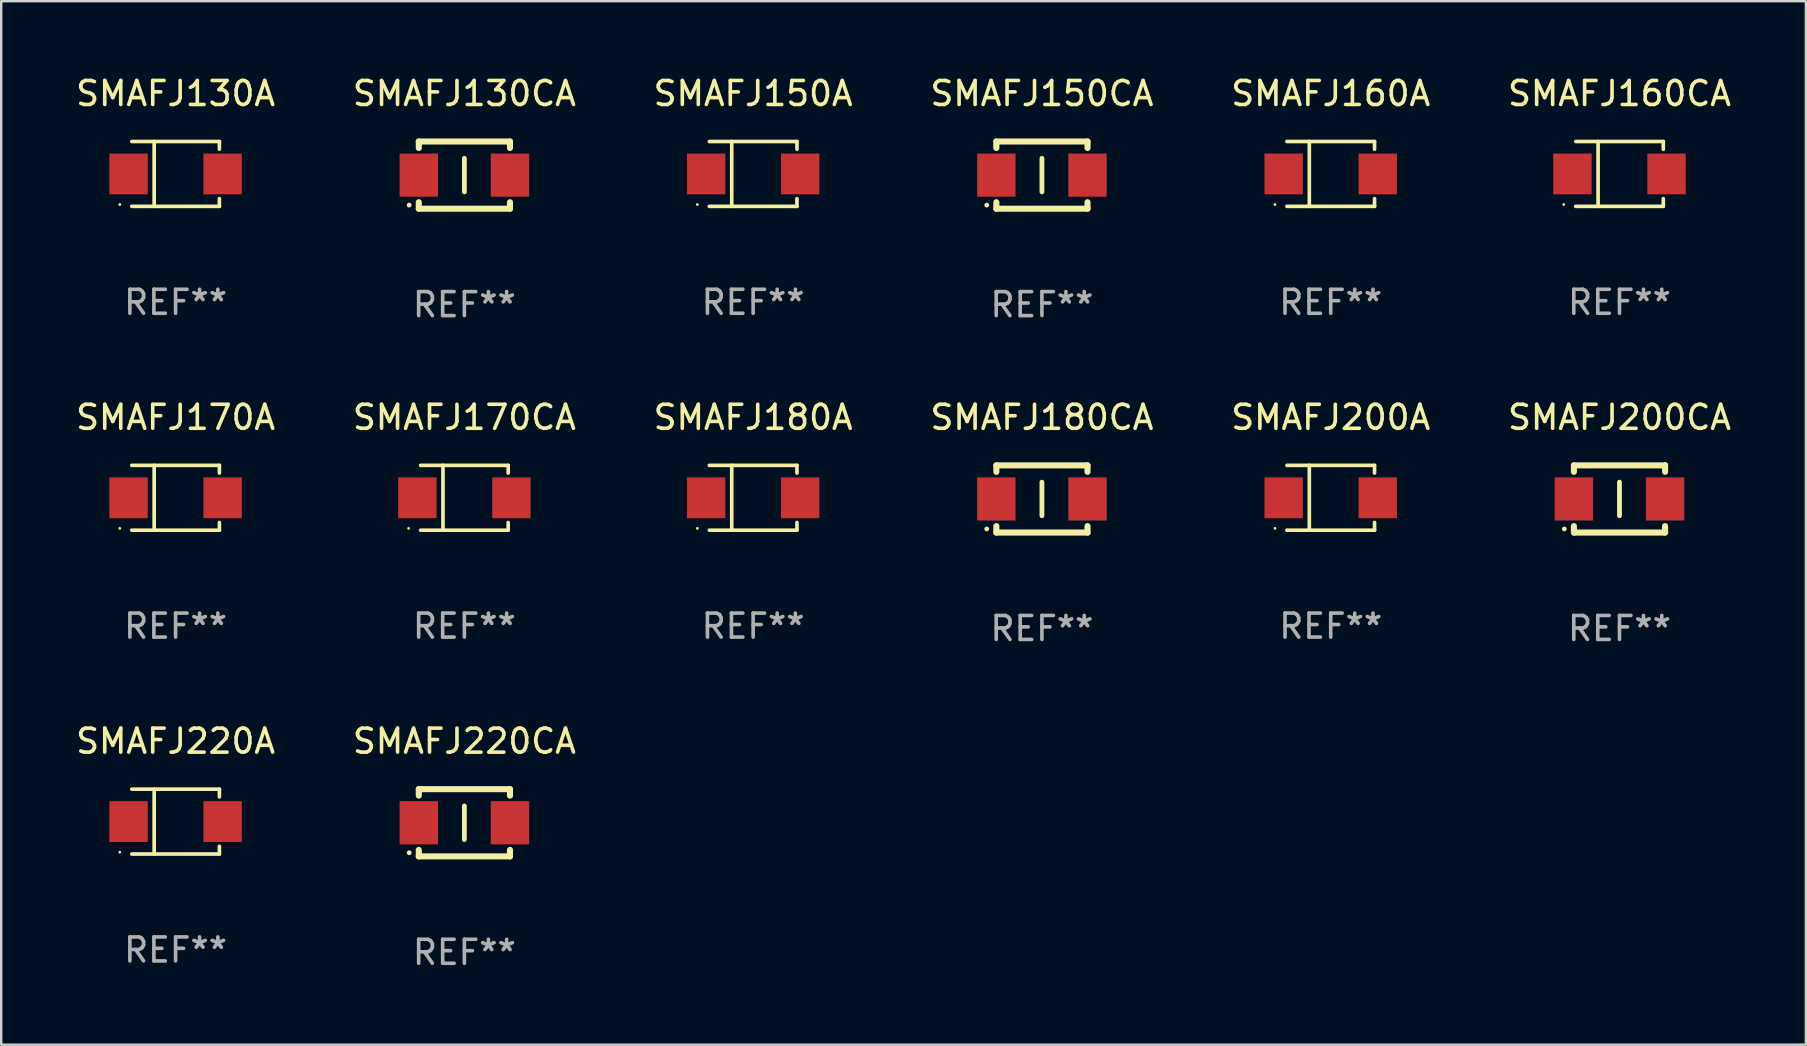
<source format=kicad_pcb>
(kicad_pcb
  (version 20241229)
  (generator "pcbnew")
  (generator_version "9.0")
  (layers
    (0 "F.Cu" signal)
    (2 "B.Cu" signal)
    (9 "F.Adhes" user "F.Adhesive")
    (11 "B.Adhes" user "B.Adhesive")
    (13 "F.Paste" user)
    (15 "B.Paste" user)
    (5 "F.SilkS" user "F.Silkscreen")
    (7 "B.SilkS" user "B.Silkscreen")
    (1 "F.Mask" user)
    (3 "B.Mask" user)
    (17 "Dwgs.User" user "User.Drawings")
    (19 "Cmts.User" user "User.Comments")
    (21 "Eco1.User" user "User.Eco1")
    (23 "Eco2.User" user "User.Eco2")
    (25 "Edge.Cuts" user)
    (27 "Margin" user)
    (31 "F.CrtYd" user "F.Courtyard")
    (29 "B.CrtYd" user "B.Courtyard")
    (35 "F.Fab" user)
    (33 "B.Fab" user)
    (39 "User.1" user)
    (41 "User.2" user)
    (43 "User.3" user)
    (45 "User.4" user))
  (footprint "SMAFJ180A"
    (layer "F.Cu")
    (at 28.339 17.696)
    (property "Reference" "SMAFJ180A" (at 0 -3.351 0) (layer "F.SilkS") (effects (font (size 1 1) (thickness 0.15))))
    (attr through_hole)
    (fp_line (start -1.826 -1.351) (end 1.826 -1.351) (stroke (width 0.152) (type solid)) (layer "F.SilkS"))
    (fp_line (start -1.826 1.351) (end 1.826 1.351) (stroke (width 0.152) (type solid)) (layer "F.SilkS"))
    (fp_line (start -0.892 -1.351) (end -0.892 1.351) (stroke (width 0.152) (type solid)) (layer "F.SilkS"))
    (fp_line (start 1.826 -1.351) (end 1.826 -1.03) (stroke (width 0.152) (type solid)) (layer "F.SilkS"))
    (fp_line (start 1.826 1.03) (end 1.826 1.351) (stroke (width 0.152) (type solid)) (layer "F.SilkS"))
    (fp_circle (center -2.325 1.275) (end -2.295 1.275) (stroke (width 0.06) (type solid)) (fill no) (layer "F.SilkS"))
    (fp_text user "REF**" (at 0 5.351 0) (layer "F.Fab") (effects (font (size 1 1) (thickness 0.15))))
    (pad "1" smd rect (at -1.96 0 180) (size 1.6 1.7) (layers "F.Cu" "F.Mask" "F.Paste"))
    (pad "2" smd rect (at 1.96 0 180) (size 1.6 1.7) (layers "F.Cu" "F.Mask" "F.Paste")))
  (footprint "SMAFJ170CA"
    (layer "F.Cu")
    (at 16.304 17.696)
    (property "Reference" "SMAFJ170CA" (at 0 -3.351 0) (layer "F.SilkS") (effects (font (size 1 1) (thickness 0.15))))
    (attr through_hole)
    (fp_line (start -1.826 -1.351) (end 1.826 -1.351) (stroke (width 0.152) (type solid)) (layer "F.SilkS"))
    (fp_line (start -1.826 1.351) (end 1.826 1.351) (stroke (width 0.152) (type solid)) (layer "F.SilkS"))
    (fp_line (start -0.892 -1.351) (end -0.892 1.351) (stroke (width 0.152) (type solid)) (layer "F.SilkS"))
    (fp_line (start 1.826 -1.351) (end 1.826 -1.03) (stroke (width 0.152) (type solid)) (layer "F.SilkS"))
    (fp_line (start 1.826 1.03) (end 1.826 1.351) (stroke (width 0.152) (type solid)) (layer "F.SilkS"))
    (fp_circle (center -2.325 1.275) (end -2.295 1.275) (stroke (width 0.06) (type solid)) (fill no) (layer "F.SilkS"))
    (fp_text user "REF**" (at 0 5.351 0) (layer "F.Fab") (effects (font (size 1 1) (thickness 0.15))))
    (pad "1" smd rect (at -1.96 0 180) (size 1.6 1.7) (layers "F.Cu" "F.Mask" "F.Paste"))
    (pad "2" smd rect (at 1.96 0 180) (size 1.6 1.7) (layers "F.Cu" "F.Mask" "F.Paste")))
  (footprint "SMAFJ200A"
    (layer "F.Cu")
    (at 52.411 17.696)
    (property "Reference" "SMAFJ200A" (at 0 -3.351 0) (layer "F.SilkS") (effects (font (size 1 1) (thickness 0.15))))
    (attr through_hole)
    (fp_line (start -1.826 -1.351) (end 1.826 -1.351) (stroke (width 0.152) (type solid)) (layer "F.SilkS"))
    (fp_line (start -1.826 1.351) (end 1.826 1.351) (stroke (width 0.152) (type solid)) (layer "F.SilkS"))
    (fp_line (start -0.892 -1.351) (end -0.892 1.351) (stroke (width 0.152) (type solid)) (layer "F.SilkS"))
    (fp_line (start 1.826 -1.351) (end 1.826 -1.03) (stroke (width 0.152) (type solid)) (layer "F.SilkS"))
    (fp_line (start 1.826 1.03) (end 1.826 1.351) (stroke (width 0.152) (type solid)) (layer "F.SilkS"))
    (fp_circle (center -2.325 1.275) (end -2.295 1.275) (stroke (width 0.06) (type solid)) (fill no) (layer "F.SilkS"))
    (fp_text user "REF**" (at 0 5.351 0) (layer "F.Fab") (effects (font (size 1 1) (thickness 0.15))))
    (pad "1" smd rect (at -1.96 0 180) (size 1.6 1.7) (layers "F.Cu" "F.Mask" "F.Paste"))
    (pad "2" smd rect (at 1.96 0 180) (size 1.6 1.7) (layers "F.Cu" "F.Mask" "F.Paste")))
  (footprint "SMAFJ220CA"
    (layer "F.Cu")
    (at 16.304 31.241)
    (property "Reference" "SMAFJ220CA" (at 0 -3.4 0) (layer "F.SilkS") (effects (font (size 1 1) (thickness 0.15))))
    (attr through_hole)
    (fp_line (start -1.9 -1.4) (end -1.9 -1.131) (stroke (width 0.254) (type solid)) (layer "F.SilkS"))
    (fp_line (start -1.9 -1.4) (end 1.9 -1.4) (stroke (width 0.254) (type solid)) (layer "F.SilkS"))
    (fp_line (start -1.9 1.131) (end -1.9 1.4) (stroke (width 0.254) (type solid)) (layer "F.SilkS"))
    (fp_line (start -1.9 1.4) (end 1.9 1.4) (stroke (width 0.254) (type solid)) (layer "F.SilkS"))
    (fp_line (start 0 -0.7) (end 0 0.7) (stroke (width 0.2) (type solid)) (layer "F.SilkS"))
    (fp_line (start 1.9 -1.4) (end 1.9 -1.131) (stroke (width 0.254) (type solid)) (layer "F.SilkS"))
    (fp_line (start 1.9 1.131) (end 1.9 1.4) (stroke (width 0.254) (type solid)) (layer "F.SilkS"))
    (fp_circle (center -2.3 1.25) (end -2.25 1.25) (stroke (width 0.1) (type solid)) (fill no) (layer "F.SilkS"))
    (fp_text user "REF**" (at 0 5.4 0) (layer "F.Fab") (effects (font (size 1 1) (thickness 0.15))))
    (pad "1" smd rect (at -1.9 0 180) (size 1.6 1.8) (layers "F.Cu" "F.Mask" "F.Paste"))
    (pad "2" smd rect (at 1.9 0 180) (size 1.6 1.8) (layers "F.Cu" "F.Mask" "F.Paste")))
  (footprint "SMAFJ170A"
    (layer "F.Cu")
    (at 4.268 17.696)
    (property "Reference" "SMAFJ170A" (at 0 -3.351 0) (layer "F.SilkS") (effects (font (size 1 1) (thickness 0.15))))
    (attr through_hole)
    (fp_line (start -1.826 -1.351) (end 1.826 -1.351) (stroke (width 0.152) (type solid)) (layer "F.SilkS"))
    (fp_line (start -1.826 1.351) (end 1.826 1.351) (stroke (width 0.152) (type solid)) (layer "F.SilkS"))
    (fp_line (start -0.892 -1.351) (end -0.892 1.351) (stroke (width 0.152) (type solid)) (layer "F.SilkS"))
    (fp_line (start 1.826 -1.351) (end 1.826 -1.03) (stroke (width 0.152) (type solid)) (layer "F.SilkS"))
    (fp_line (start 1.826 1.03) (end 1.826 1.351) (stroke (width 0.152) (type solid)) (layer "F.SilkS"))
    (fp_circle (center -2.325 1.275) (end -2.295 1.275) (stroke (width 0.06) (type solid)) (fill no) (layer "F.SilkS"))
    (fp_text user "REF**" (at 0 5.351 0) (layer "F.Fab") (effects (font (size 1 1) (thickness 0.15))))
    (pad "1" smd rect (at -1.96 0 180) (size 1.6 1.7) (layers "F.Cu" "F.Mask" "F.Paste"))
    (pad "2" smd rect (at 1.96 0 180) (size 1.6 1.7) (layers "F.Cu" "F.Mask" "F.Paste")))
  (footprint "SMAFJ160A"
    (layer "F.Cu")
    (at 52.411 4.199)
    (property "Reference" "SMAFJ160A" (at 0 -3.351 0) (layer "F.SilkS") (effects (font (size 1 1) (thickness 0.15))))
    (attr through_hole)
    (fp_line (start -1.826 -1.351) (end 1.826 -1.351) (stroke (width 0.152) (type solid)) (layer "F.SilkS"))
    (fp_line (start -1.826 1.351) (end 1.826 1.351) (stroke (width 0.152) (type solid)) (layer "F.SilkS"))
    (fp_line (start -0.892 -1.351) (end -0.892 1.351) (stroke (width 0.152) (type solid)) (layer "F.SilkS"))
    (fp_line (start 1.826 -1.351) (end 1.826 -1.03) (stroke (width 0.152) (type solid)) (layer "F.SilkS"))
    (fp_line (start 1.826 1.03) (end 1.826 1.351) (stroke (width 0.152) (type solid)) (layer "F.SilkS"))
    (fp_circle (center -2.325 1.275) (end -2.295 1.275) (stroke (width 0.06) (type solid)) (fill no) (layer "F.SilkS"))
    (fp_text user "REF**" (at 0 5.351 0) (layer "F.Fab") (effects (font (size 1 1) (thickness 0.15))))
    (pad "1" smd rect (at -1.96 0 180) (size 1.6 1.7) (layers "F.Cu" "F.Mask" "F.Paste"))
    (pad "2" smd rect (at 1.96 0 180) (size 1.6 1.7) (layers "F.Cu" "F.Mask" "F.Paste")))
  (footprint "SMAFJ130CA"
    (layer "F.Cu")
    (at 16.304 4.248)
    (property "Reference" "SMAFJ130CA" (at 0 -3.4 0) (layer "F.SilkS") (effects (font (size 1 1) (thickness 0.15))))
    (attr through_hole)
    (fp_line (start -1.9 -1.4) (end -1.9 -1.131) (stroke (width 0.254) (type solid)) (layer "F.SilkS"))
    (fp_line (start -1.9 -1.4) (end 1.9 -1.4) (stroke (width 0.254) (type solid)) (layer "F.SilkS"))
    (fp_line (start -1.9 1.131) (end -1.9 1.4) (stroke (width 0.254) (type solid)) (layer "F.SilkS"))
    (fp_line (start -1.9 1.4) (end 1.9 1.4) (stroke (width 0.254) (type solid)) (layer "F.SilkS"))
    (fp_line (start 0 -0.7) (end 0 0.7) (stroke (width 0.2) (type solid)) (layer "F.SilkS"))
    (fp_line (start 1.9 -1.4) (end 1.9 -1.131) (stroke (width 0.254) (type solid)) (layer "F.SilkS"))
    (fp_line (start 1.9 1.131) (end 1.9 1.4) (stroke (width 0.254) (type solid)) (layer "F.SilkS"))
    (fp_circle (center -2.3 1.25) (end -2.25 1.25) (stroke (width 0.1) (type solid)) (fill no) (layer "F.SilkS"))
    (fp_text user "REF**" (at 0 5.4 0) (layer "F.Fab") (effects (font (size 1 1) (thickness 0.15))))
    (pad "1" smd rect (at -1.9 0 180) (size 1.6 1.8) (layers "F.Cu" "F.Mask" "F.Paste"))
    (pad "2" smd rect (at 1.9 0 180) (size 1.6 1.8) (layers "F.Cu" "F.Mask" "F.Paste")))
  (footprint "SMAFJ160CA"
    (layer "F.Cu")
    (at 64.446 4.199)
    (property "Reference" "SMAFJ160CA" (at 0 -3.351 0) (layer "F.SilkS") (effects (font (size 1 1) (thickness 0.15))))
    (attr through_hole)
    (fp_line (start -1.826 -1.351) (end 1.826 -1.351) (stroke (width 0.152) (type solid)) (layer "F.SilkS"))
    (fp_line (start -1.826 1.351) (end 1.826 1.351) (stroke (width 0.152) (type solid)) (layer "F.SilkS"))
    (fp_line (start -0.892 -1.351) (end -0.892 1.351) (stroke (width 0.152) (type solid)) (layer "F.SilkS"))
    (fp_line (start 1.826 -1.351) (end 1.826 -1.03) (stroke (width 0.152) (type solid)) (layer "F.SilkS"))
    (fp_line (start 1.826 1.03) (end 1.826 1.351) (stroke (width 0.152) (type solid)) (layer "F.SilkS"))
    (fp_circle (center -2.325 1.275) (end -2.295 1.275) (stroke (width 0.06) (type solid)) (fill no) (layer "F.SilkS"))
    (fp_text user "REF**" (at 0 5.351 0) (layer "F.Fab") (effects (font (size 1 1) (thickness 0.15))))
    (pad "1" smd rect (at -1.96 0 180) (size 1.6 1.7) (layers "F.Cu" "F.Mask" "F.Paste"))
    (pad "2" smd rect (at 1.96 0 180) (size 1.6 1.7) (layers "F.Cu" "F.Mask" "F.Paste")))
  (footprint "SMAFJ150CA"
    (layer "F.Cu")
    (at 40.375 4.248)
    (property "Reference" "SMAFJ150CA" (at 0 -3.4 0) (layer "F.SilkS") (effects (font (size 1 1) (thickness 0.15))))
    (attr through_hole)
    (fp_line (start -1.9 -1.4) (end -1.9 -1.131) (stroke (width 0.254) (type solid)) (layer "F.SilkS"))
    (fp_line (start -1.9 -1.4) (end 1.9 -1.4) (stroke (width 0.254) (type solid)) (layer "F.SilkS"))
    (fp_line (start -1.9 1.131) (end -1.9 1.4) (stroke (width 0.254) (type solid)) (layer "F.SilkS"))
    (fp_line (start -1.9 1.4) (end 1.9 1.4) (stroke (width 0.254) (type solid)) (layer "F.SilkS"))
    (fp_line (start 0 -0.7) (end 0 0.7) (stroke (width 0.2) (type solid)) (layer "F.SilkS"))
    (fp_line (start 1.9 -1.4) (end 1.9 -1.131) (stroke (width 0.254) (type solid)) (layer "F.SilkS"))
    (fp_line (start 1.9 1.131) (end 1.9 1.4) (stroke (width 0.254) (type solid)) (layer "F.SilkS"))
    (fp_circle (center -2.3 1.25) (end -2.25 1.25) (stroke (width 0.1) (type solid)) (fill no) (layer "F.SilkS"))
    (fp_text user "REF**" (at 0 5.4 0) (layer "F.Fab") (effects (font (size 1 1) (thickness 0.15))))
    (pad "1" smd rect (at -1.9 0 180) (size 1.6 1.8) (layers "F.Cu" "F.Mask" "F.Paste"))
    (pad "2" smd rect (at 1.9 0 180) (size 1.6 1.8) (layers "F.Cu" "F.Mask" "F.Paste")))
  (footprint "SMAFJ150A"
    (layer "F.Cu")
    (at 28.339 4.199)
    (property "Reference" "SMAFJ150A" (at 0 -3.351 0) (layer "F.SilkS") (effects (font (size 1 1) (thickness 0.15))))
    (attr through_hole)
    (fp_line (start -1.826 -1.351) (end 1.826 -1.351) (stroke (width 0.152) (type solid)) (layer "F.SilkS"))
    (fp_line (start -1.826 1.351) (end 1.826 1.351) (stroke (width 0.152) (type solid)) (layer "F.SilkS"))
    (fp_line (start -0.892 -1.351) (end -0.892 1.351) (stroke (width 0.152) (type solid)) (layer "F.SilkS"))
    (fp_line (start 1.826 -1.351) (end 1.826 -1.03) (stroke (width 0.152) (type solid)) (layer "F.SilkS"))
    (fp_line (start 1.826 1.03) (end 1.826 1.351) (stroke (width 0.152) (type solid)) (layer "F.SilkS"))
    (fp_circle (center -2.325 1.275) (end -2.295 1.275) (stroke (width 0.06) (type solid)) (fill no) (layer "F.SilkS"))
    (fp_text user "REF**" (at 0 5.351 0) (layer "F.Fab") (effects (font (size 1 1) (thickness 0.15))))
    (pad "1" smd rect (at -1.96 0 180) (size 1.6 1.7) (layers "F.Cu" "F.Mask" "F.Paste"))
    (pad "2" smd rect (at 1.96 0 180) (size 1.6 1.7) (layers "F.Cu" "F.Mask" "F.Paste")))
  (footprint "SMAFJ200CA"
    (layer "F.Cu")
    (at 64.446 17.745)
    (property "Reference" "SMAFJ200CA" (at 0 -3.4 0) (layer "F.SilkS") (effects (font (size 1 1) (thickness 0.15))))
    (attr through_hole)
    (fp_line (start -1.9 -1.4) (end -1.9 -1.131) (stroke (width 0.254) (type solid)) (layer "F.SilkS"))
    (fp_line (start -1.9 -1.4) (end 1.9 -1.4) (stroke (width 0.254) (type solid)) (layer "F.SilkS"))
    (fp_line (start -1.9 1.131) (end -1.9 1.4) (stroke (width 0.254) (type solid)) (layer "F.SilkS"))
    (fp_line (start -1.9 1.4) (end 1.9 1.4) (stroke (width 0.254) (type solid)) (layer "F.SilkS"))
    (fp_line (start 0 -0.7) (end 0 0.7) (stroke (width 0.2) (type solid)) (layer "F.SilkS"))
    (fp_line (start 1.9 -1.4) (end 1.9 -1.131) (stroke (width 0.254) (type solid)) (layer "F.SilkS"))
    (fp_line (start 1.9 1.131) (end 1.9 1.4) (stroke (width 0.254) (type solid)) (layer "F.SilkS"))
    (fp_circle (center -2.3 1.25) (end -2.25 1.25) (stroke (width 0.1) (type solid)) (fill no) (layer "F.SilkS"))
    (fp_text user "REF**" (at 0 5.4 0) (layer "F.Fab") (effects (font (size 1 1) (thickness 0.15))))
    (pad "1" smd rect (at -1.9 0 180) (size 1.6 1.8) (layers "F.Cu" "F.Mask" "F.Paste"))
    (pad "2" smd rect (at 1.9 0 180) (size 1.6 1.8) (layers "F.Cu" "F.Mask" "F.Paste")))
  (footprint "SMAFJ130A"
    (layer "F.Cu")
    (at 4.268 4.199)
    (property "Reference" "SMAFJ130A" (at 0 -3.351 0) (layer "F.SilkS") (effects (font (size 1 1) (thickness 0.15))))
    (attr through_hole)
    (fp_line (start -1.826 -1.351) (end 1.826 -1.351) (stroke (width 0.152) (type solid)) (layer "F.SilkS"))
    (fp_line (start -1.826 1.351) (end 1.826 1.351) (stroke (width 0.152) (type solid)) (layer "F.SilkS"))
    (fp_line (start -0.892 -1.351) (end -0.892 1.351) (stroke (width 0.152) (type solid)) (layer "F.SilkS"))
    (fp_line (start 1.826 -1.351) (end 1.826 -1.03) (stroke (width 0.152) (type solid)) (layer "F.SilkS"))
    (fp_line (start 1.826 1.03) (end 1.826 1.351) (stroke (width 0.152) (type solid)) (layer "F.SilkS"))
    (fp_circle (center -2.325 1.275) (end -2.295 1.275) (stroke (width 0.06) (type solid)) (fill no) (layer "F.SilkS"))
    (fp_text user "REF**" (at 0 5.351 0) (layer "F.Fab") (effects (font (size 1 1) (thickness 0.15))))
    (pad "1" smd rect (at -1.96 0 180) (size 1.6 1.7) (layers "F.Cu" "F.Mask" "F.Paste"))
    (pad "2" smd rect (at 1.96 0 180) (size 1.6 1.7) (layers "F.Cu" "F.Mask" "F.Paste")))
  (footprint "SMAFJ220A"
    (layer "F.Cu")
    (at 4.268 31.192)
    (property "Reference" "SMAFJ220A" (at 0 -3.351 0) (layer "F.SilkS") (effects (font (size 1 1) (thickness 0.15))))
    (attr through_hole)
    (fp_line (start -1.826 -1.351) (end 1.826 -1.351) (stroke (width 0.152) (type solid)) (layer "F.SilkS"))
    (fp_line (start -1.826 1.351) (end 1.826 1.351) (stroke (width 0.152) (type solid)) (layer "F.SilkS"))
    (fp_line (start -0.892 -1.351) (end -0.892 1.351) (stroke (width 0.152) (type solid)) (layer "F.SilkS"))
    (fp_line (start 1.826 -1.351) (end 1.826 -1.03) (stroke (width 0.152) (type solid)) (layer "F.SilkS"))
    (fp_line (start 1.826 1.03) (end 1.826 1.351) (stroke (width 0.152) (type solid)) (layer "F.SilkS"))
    (fp_circle (center -2.325 1.275) (end -2.295 1.275) (stroke (width 0.06) (type solid)) (fill no) (layer "F.SilkS"))
    (fp_text user "REF**" (at 0 5.351 0) (layer "F.Fab") (effects (font (size 1 1) (thickness 0.15))))
    (pad "1" smd rect (at -1.96 0 180) (size 1.6 1.7) (layers "F.Cu" "F.Mask" "F.Paste"))
    (pad "2" smd rect (at 1.96 0 180) (size 1.6 1.7) (layers "F.Cu" "F.Mask" "F.Paste")))
  (footprint "SMAFJ180CA"
    (layer "F.Cu")
    (at 40.375 17.745)
    (property "Reference" "SMAFJ180CA" (at 0 -3.4 0) (layer "F.SilkS") (effects (font (size 1 1) (thickness 0.15))))
    (attr through_hole)
    (fp_line (start -1.9 -1.4) (end -1.9 -1.131) (stroke (width 0.254) (type solid)) (layer "F.SilkS"))
    (fp_line (start -1.9 -1.4) (end 1.9 -1.4) (stroke (width 0.254) (type solid)) (layer "F.SilkS"))
    (fp_line (start -1.9 1.131) (end -1.9 1.4) (stroke (width 0.254) (type solid)) (layer "F.SilkS"))
    (fp_line (start -1.9 1.4) (end 1.9 1.4) (stroke (width 0.254) (type solid)) (layer "F.SilkS"))
    (fp_line (start 0 -0.7) (end 0 0.7) (stroke (width 0.2) (type solid)) (layer "F.SilkS"))
    (fp_line (start 1.9 -1.4) (end 1.9 -1.131) (stroke (width 0.254) (type solid)) (layer "F.SilkS"))
    (fp_line (start 1.9 1.131) (end 1.9 1.4) (stroke (width 0.254) (type solid)) (layer "F.SilkS"))
    (fp_circle (center -2.3 1.25) (end -2.25 1.25) (stroke (width 0.1) (type solid)) (fill no) (layer "F.SilkS"))
    (fp_text user "REF**" (at 0 5.4 0) (layer "F.Fab") (effects (font (size 1 1) (thickness 0.15))))
    (pad "1" smd rect (at -1.9 0 180) (size 1.6 1.8) (layers "F.Cu" "F.Mask" "F.Paste"))
    (pad "2" smd rect (at 1.9 0 180) (size 1.6 1.8) (layers "F.Cu" "F.Mask" "F.Paste")))
  (gr_rect
    (start -3 -3)
    (end 72.214 40.489)
    (stroke (width 0.1) (type default))
    (fill no)
    (layer "Edge.Cuts")))
</source>
